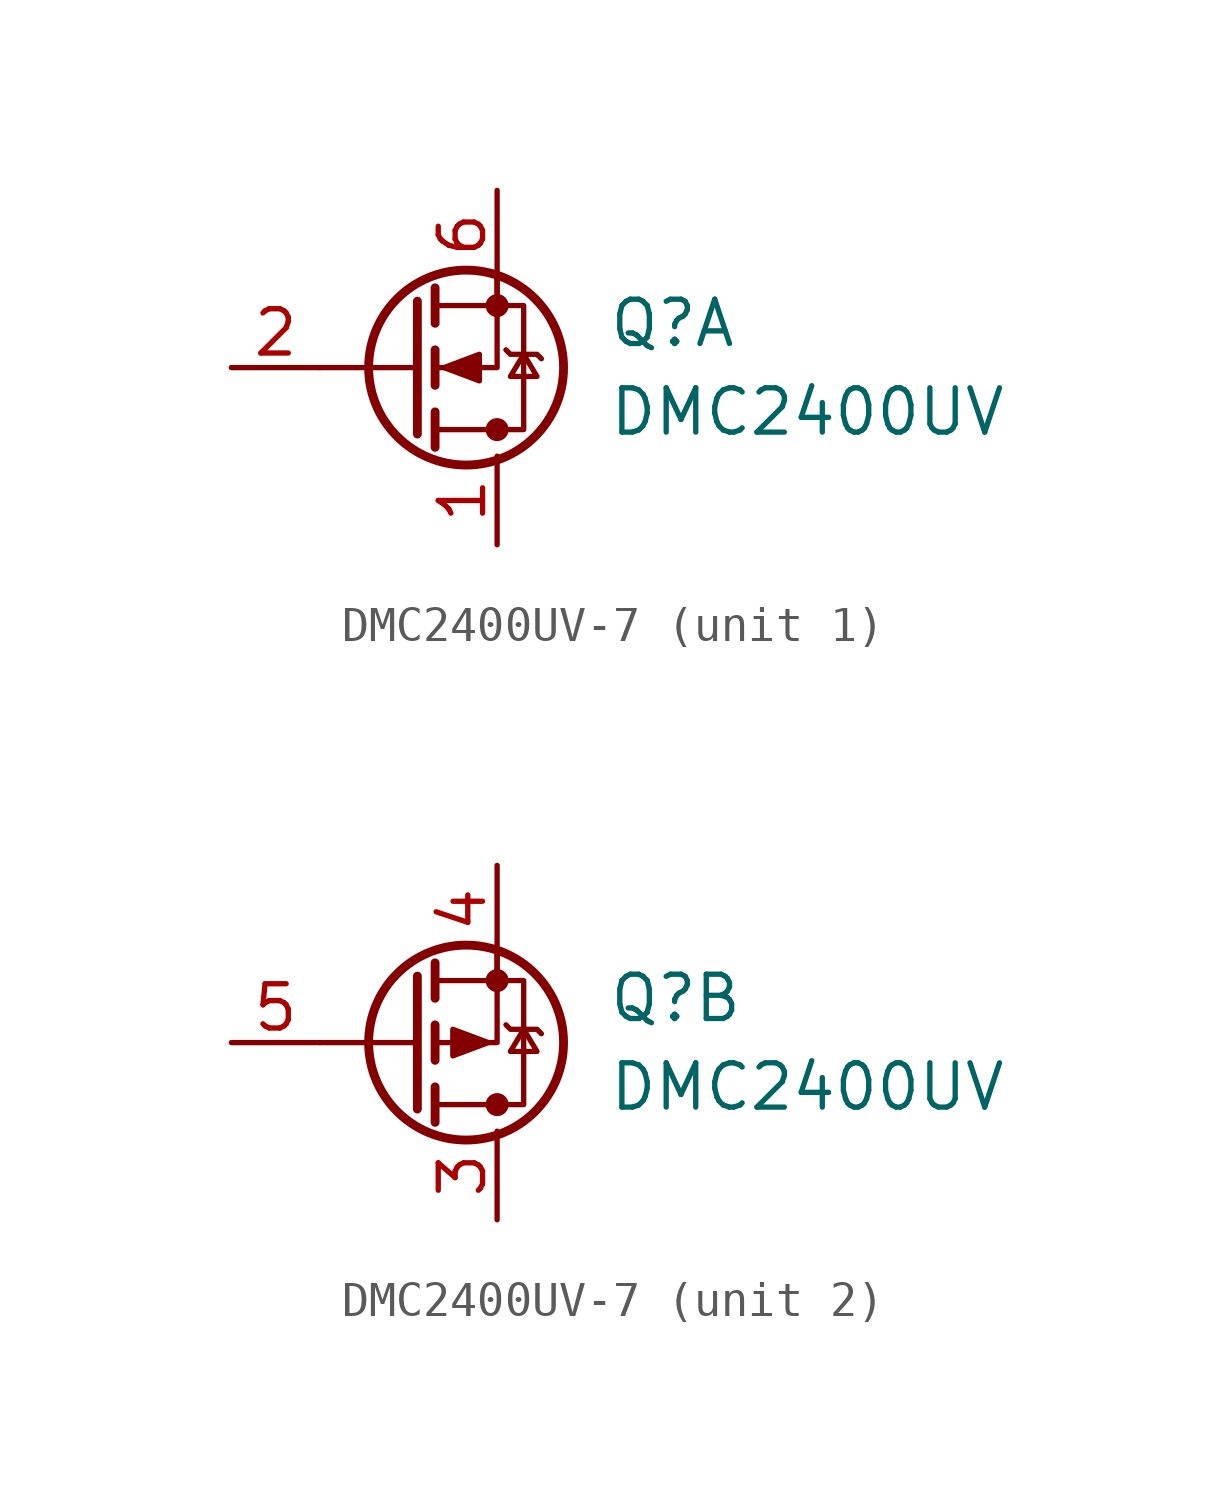
<source format=kicad_sym>
(kicad_symbol_lib
  (version 20220914)
  (generator kicad_symbol_editor)
  (symbol "DMC2400UV-7"
    (pin_names hide)
    (property "Reference" "Q"
      (at 3.175 1.27 0)
      (effects (font (size 1.27 1.27)) (justify left)))
    (property "Value" "DMC2400UV"
      (at 3.175 -1.27 0)
      (effects (font (size 1.27 1.27)) (justify left)))
    (symbol "DMC2400UV-7_0_1"
      (circle (center -0.889 0) (radius 2.794) (stroke (width 0.254) (type default)) (fill (type none)))
      (circle (center 0 -1.778) (radius 0.254) (stroke (width 0) (type default)) (fill (type outline)))
      (polyline (pts (xy -2.286 0) (xy -5.08 0)) (stroke (width 0) (type default)) (fill (type none)))
      (polyline (pts (xy -2.286 1.905) (xy -2.286 -1.905)) (stroke (width 0.254) (type default)) (fill (type none)))
      (polyline (pts (xy -1.778 -1.27) (xy -1.778 -2.286)) (stroke (width 0.254) (type default)) (fill (type none)))
      (polyline (pts (xy -1.778 0.508) (xy -1.778 -0.508)) (stroke (width 0.254) (type default)) (fill (type none)))
      (polyline (pts (xy -1.778 2.286) (xy -1.778 1.27)) (stroke (width 0.254) (type default)) (fill (type none)))
      (polyline (pts (xy 0 2.54) (xy 0 1.778)) (stroke (width 0) (type default)) (fill (type none)))
      (polyline (pts (xy 0 2.54) (xy 0 0) (xy -1.778 0)) (stroke (width 0) (type default)) (fill (type none)))
      (polyline (pts (xy -1.778 -1.778) (xy 0.762 -1.778) (xy 0.762 1.778) (xy -1.778 1.778)) (stroke (width 0) (type default)) (fill (type none)))
      (circle (center 0 1.778) (radius 0.254) (stroke (width 0) (type default)) (fill (type outline))))
    (symbol "DMC2400UV-7_1_1"
      (polyline (pts (xy -1.524 0) (xy -0.508 0.381) (xy -0.508 -0.381) (xy -1.524 0)) (stroke (width 0) (type default)) (fill (type outline)))
      (polyline (pts (xy 0.254 0.508) (xy 0.381 0.381) (xy 1.143 0.381) (xy 1.27 0.254)) (stroke (width 0) (type default)) (fill (type none)))
      (polyline (pts (xy 0.762 0.381) (xy 0.381 -0.254) (xy 1.143 -0.254) (xy 0.762 0.381)) (stroke (width 0) (type default)) (fill (type none)))
      (pin passive line (at 0 -5.08 90) (length 2.54) (name "D2" (effects (font (size 1.27 1.27)))) (number "1" (effects (font (size 1.27 1.27)))))
      (pin passive line (at -7.62 0 0) (length 2.54) (name "G2" (effects (font (size 1.27 1.27)))) (number "2" (effects (font (size 1.27 1.27)))))
      (pin passive line (at 0 5.08 270) (length 2.54) (name "S2" (effects (font (size 1.27 1.27)))) (number "6" (effects (font (size 1.27 1.27))))))
    (symbol "DMC2400UV-7_2_1"
      (polyline (pts (xy -0.254 0) (xy -1.27 0.381) (xy -1.27 -0.381) (xy -0.254 0)) (stroke (width 0) (type default)) (fill (type outline)))
      (polyline (pts (xy 0.254 0.508) (xy 0.381 0.381) (xy 1.143 0.381) (xy 1.27 0.254)) (stroke (width 0) (type default)) (fill (type none)))
      (polyline (pts (xy 0.762 0.381) (xy 0.381 -0.254) (xy 1.143 -0.254) (xy 0.762 0.381)) (stroke (width 0) (type default)) (fill (type none)))
      (pin passive line (at 0 -5.08 90) (length 2.54) (name "D2" (effects (font (size 1.27 1.27)))) (number "3" (effects (font (size 1.27 1.27)))))
      (pin passive line (at 0 5.08 270) (length 2.54) (name "S2" (effects (font (size 1.27 1.27)))) (number "4" (effects (font (size 1.27 1.27)))))
      (pin passive line (at -7.62 0 0) (length 2.54) (name "G2" (effects (font (size 1.27 1.27)))) (number "5" (effects (font (size 1.27 1.27))))))))
</source>
